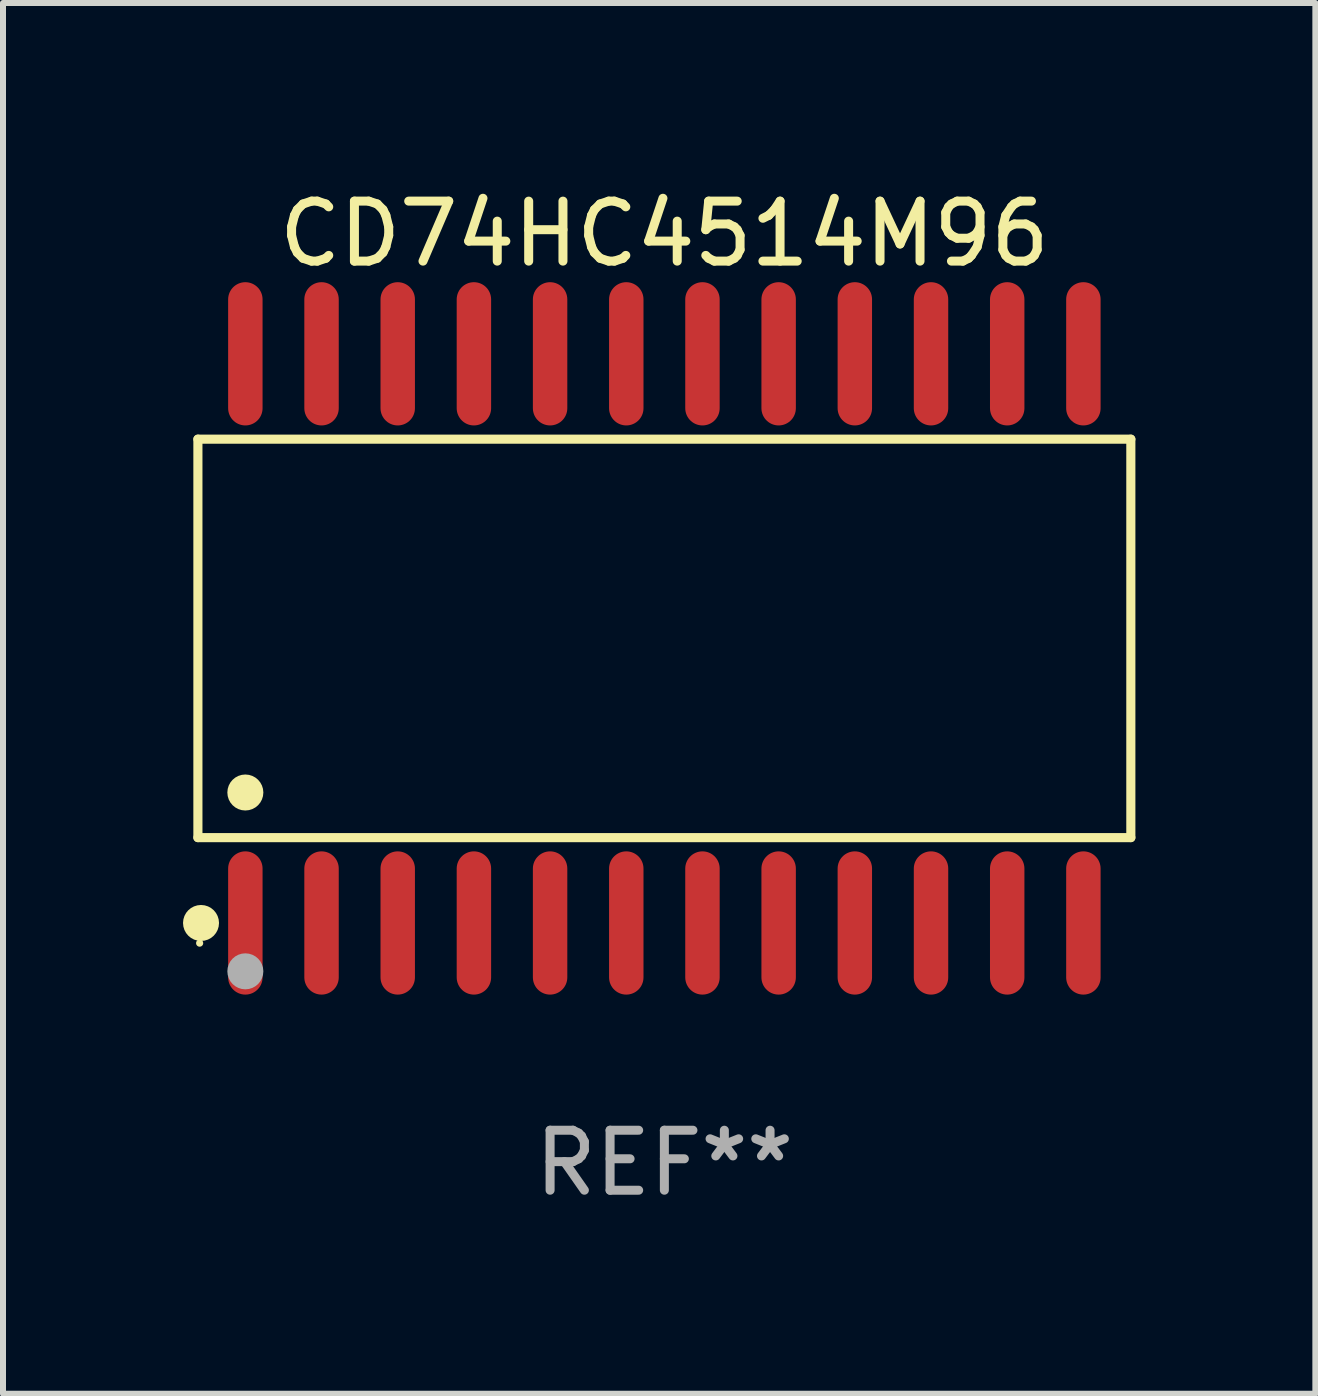
<source format=kicad_pcb>
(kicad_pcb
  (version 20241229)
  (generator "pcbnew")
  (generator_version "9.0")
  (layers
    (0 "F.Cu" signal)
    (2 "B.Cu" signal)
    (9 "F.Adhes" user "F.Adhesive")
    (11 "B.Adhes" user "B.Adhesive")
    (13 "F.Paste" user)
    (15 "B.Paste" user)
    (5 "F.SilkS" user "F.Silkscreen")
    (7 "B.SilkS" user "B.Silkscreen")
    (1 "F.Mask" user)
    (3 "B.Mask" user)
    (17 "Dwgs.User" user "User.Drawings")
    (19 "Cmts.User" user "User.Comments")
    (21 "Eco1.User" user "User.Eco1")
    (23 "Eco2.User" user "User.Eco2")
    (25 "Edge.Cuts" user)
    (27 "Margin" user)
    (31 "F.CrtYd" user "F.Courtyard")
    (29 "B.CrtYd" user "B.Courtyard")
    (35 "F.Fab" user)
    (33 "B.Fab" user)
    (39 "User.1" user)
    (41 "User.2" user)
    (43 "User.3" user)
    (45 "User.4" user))
  (footprint "CD74HC4514M96"
    (layer "F.Cu")
    (at 8.025 7.592)
    (property "Reference" "CD74HC4514M96" (at 0 -6.744 0) (layer "F.SilkS") (effects (font (size 1 1) (thickness 0.15))))
    (attr through_hole)
    (fp_line (start -7.776 -3.321) (end 7.776 -3.321) (stroke (width 0.152) (type solid)) (layer "F.SilkS"))
    (fp_line (start -7.776 3.321) (end -7.776 -3.321) (stroke (width 0.152) (type solid)) (layer "F.SilkS"))
    (fp_line (start 7.776 -3.321) (end 7.776 3.321) (stroke (width 0.152) (type solid)) (layer "F.SilkS"))
    (fp_line (start 7.776 3.321) (end -7.776 3.321) (stroke (width 0.152) (type solid)) (layer "F.SilkS"))
    (fp_circle (center -7.747 5.08) (end -7.717 5.08) (stroke (width 0.06) (type solid)) (fill no) (layer "F.SilkS"))
    (fp_circle (center -7.724 4.744) (end -7.574 4.744) (stroke (width 0.3) (type solid)) (fill no) (layer "F.SilkS"))
    (fp_circle (center -6.985 2.569) (end -6.835 2.569) (stroke (width 0.3) (type solid)) (fill no) (layer "F.SilkS"))
    (fp_circle (center -6.985 5.55) (end -6.835 5.55) (stroke (width 0.3) (type solid)) (fill no) (layer "F.Fab"))
    (fp_text user "REF**" (at 0 8.744 0) (layer "F.Fab") (effects (font (size 1 1) (thickness 0.15))))
    (pad "1" smd oval (at -6.985 4.744) (size 0.574 2.388) (layers "F.Cu" "F.Mask" "F.Paste"))
    (pad "2" smd oval (at -5.715 4.744) (size 0.574 2.388) (layers "F.Cu" "F.Mask" "F.Paste"))
    (pad "3" smd oval (at -4.445 4.744) (size 0.574 2.388) (layers "F.Cu" "F.Mask" "F.Paste"))
    (pad "4" smd oval (at -3.175 4.744) (size 0.574 2.388) (layers "F.Cu" "F.Mask" "F.Paste"))
    (pad "5" smd oval (at -1.905 4.744) (size 0.574 2.388) (layers "F.Cu" "F.Mask" "F.Paste"))
    (pad "6" smd oval (at -0.635 4.744) (size 0.574 2.388) (layers "F.Cu" "F.Mask" "F.Paste"))
    (pad "7" smd oval (at 0.635 4.744) (size 0.574 2.388) (layers "F.Cu" "F.Mask" "F.Paste"))
    (pad "8" smd oval (at 1.905 4.744) (size 0.574 2.388) (layers "F.Cu" "F.Mask" "F.Paste"))
    (pad "9" smd oval (at 3.175 4.744) (size 0.574 2.388) (layers "F.Cu" "F.Mask" "F.Paste"))
    (pad "10" smd oval (at 4.445 4.744) (size 0.574 2.388) (layers "F.Cu" "F.Mask" "F.Paste"))
    (pad "11" smd oval (at 5.715 4.744) (size 0.574 2.388) (layers "F.Cu" "F.Mask" "F.Paste"))
    (pad "12" smd oval (at 6.985 4.744) (size 0.574 2.388) (layers "F.Cu" "F.Mask" "F.Paste"))
    (pad "13" smd oval (at 6.985 -4.744) (size 0.574 2.388) (layers "F.Cu" "F.Mask" "F.Paste"))
    (pad "14" smd oval (at 5.715 -4.744) (size 0.574 2.388) (layers "F.Cu" "F.Mask" "F.Paste"))
    (pad "15" smd oval (at 4.445 -4.744) (size 0.574 2.388) (layers "F.Cu" "F.Mask" "F.Paste"))
    (pad "16" smd oval (at 3.175 -4.744) (size 0.574 2.388) (layers "F.Cu" "F.Mask" "F.Paste"))
    (pad "17" smd oval (at 1.905 -4.744) (size 0.574 2.388) (layers "F.Cu" "F.Mask" "F.Paste"))
    (pad "18" smd oval (at 0.635 -4.744) (size 0.574 2.388) (layers "F.Cu" "F.Mask" "F.Paste"))
    (pad "19" smd oval (at -0.635 -4.744) (size 0.574 2.388) (layers "F.Cu" "F.Mask" "F.Paste"))
    (pad "20" smd oval (at -1.905 -4.744) (size 0.574 2.388) (layers "F.Cu" "F.Mask" "F.Paste"))
    (pad "21" smd oval (at -3.175 -4.744) (size 0.574 2.388) (layers "F.Cu" "F.Mask" "F.Paste"))
    (pad "22" smd oval (at -4.445 -4.744) (size 0.574 2.388) (layers "F.Cu" "F.Mask" "F.Paste"))
    (pad "23" smd oval (at -5.715 -4.744) (size 0.574 2.388) (layers "F.Cu" "F.Mask" "F.Paste"))
    (pad "24" smd oval (at -6.985 -4.744) (size 0.574 2.388) (layers "F.Cu" "F.Mask" "F.Paste")))
  (gr_rect
    (start -3 -3)
    (end 18.877 20.184)
    (stroke (width 0.1) (type default))
    (fill no)
    (layer "Edge.Cuts")))
</source>
